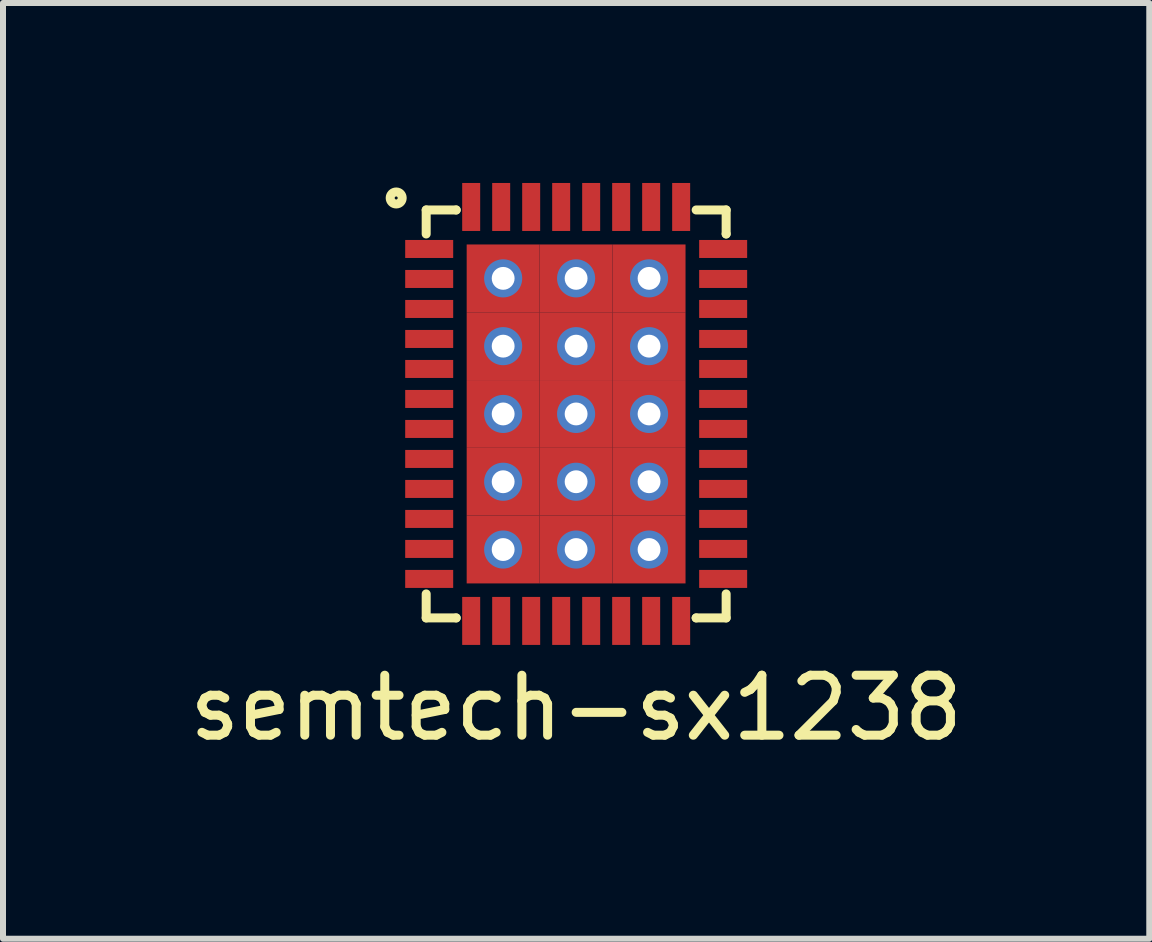
<source format=kicad_pcb>
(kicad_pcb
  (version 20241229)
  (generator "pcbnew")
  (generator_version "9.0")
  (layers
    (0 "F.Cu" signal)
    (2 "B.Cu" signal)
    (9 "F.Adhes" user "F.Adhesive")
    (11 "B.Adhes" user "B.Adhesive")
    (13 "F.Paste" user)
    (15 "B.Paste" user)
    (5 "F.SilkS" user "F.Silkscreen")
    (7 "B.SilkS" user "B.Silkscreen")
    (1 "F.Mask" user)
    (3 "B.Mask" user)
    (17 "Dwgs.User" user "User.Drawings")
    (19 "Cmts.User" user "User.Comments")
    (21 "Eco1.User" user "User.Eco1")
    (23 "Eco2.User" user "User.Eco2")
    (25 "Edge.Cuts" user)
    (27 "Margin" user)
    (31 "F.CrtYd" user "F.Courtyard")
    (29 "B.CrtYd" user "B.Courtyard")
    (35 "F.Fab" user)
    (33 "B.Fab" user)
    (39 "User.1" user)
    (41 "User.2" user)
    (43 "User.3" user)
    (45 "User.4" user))
  (footprint "semtech-sx1238"
    (layer "F.Cu")
    (at 6.554 3.85)
    (property "Reference" "semtech-sx1238" (at 0 4.9 0) (layer "F.SilkS") (effects (font (size 1 1) (thickness 0.15))))
    (attr through_hole)
    (fp_line (start -2.5 -3.4) (end -2 -3.4) (stroke (width 0.15) (type solid)) (layer "F.SilkS"))
    (fp_line (start -2.5 -3) (end -2.5 -3.4) (stroke (width 0.15) (type solid)) (layer "F.SilkS"))
    (fp_line (start -2.5 3) (end -2.5 3.4) (stroke (width 0.15) (type solid)) (layer "F.SilkS"))
    (fp_line (start -2.5 3.4) (end -2 3.4) (stroke (width 0.15) (type solid)) (layer "F.SilkS"))
    (fp_line (start -2 -3.4) (end -2 -3.4) (stroke (width 0.15) (type solid)) (layer "F.SilkS"))
    (fp_line (start -2 3.4) (end -2 3.4) (stroke (width 0.15) (type solid)) (layer "F.SilkS"))
    (fp_line (start 2 -3.4) (end 2.5 -3.4) (stroke (width 0.15) (type solid)) (layer "F.SilkS"))
    (fp_line (start 2 3.4) (end 2 3.4) (stroke (width 0.15) (type solid)) (layer "F.SilkS"))
    (fp_line (start 2.5 -3.4) (end 2.5 -3) (stroke (width 0.15) (type solid)) (layer "F.SilkS"))
    (fp_line (start 2.5 -3) (end 2.5 -3) (stroke (width 0.15) (type solid)) (layer "F.SilkS"))
    (fp_line (start 2.5 3) (end 2.5 3.4) (stroke (width 0.15) (type solid)) (layer "F.SilkS"))
    (fp_line (start 2.5 3.4) (end 2 3.4) (stroke (width 0.15) (type solid)) (layer "F.SilkS"))
    (fp_circle (center -3 -3.6) (end -3 -3.5) (stroke (width 0.15) (type solid)) (fill no) (layer "F.SilkS"))
    (pad "1" smd rect (at -2.45 -2.75 90) (size 0.3 0.8) (layers "F.Cu" "F.Mask" "F.Paste"))
    (pad "2" smd rect (at -2.45 -2.25 90) (size 0.3 0.8) (layers "F.Cu" "F.Mask" "F.Paste"))
    (pad "3" smd rect (at -2.45 -1.75 90) (size 0.3 0.8) (layers "F.Cu" "F.Mask" "F.Paste"))
    (pad "4" smd rect (at -2.45 -1.25 90) (size 0.3 0.8) (layers "F.Cu" "F.Mask" "F.Paste"))
    (pad "5" smd rect (at -2.45 -0.75 90) (size 0.3 0.8) (layers "F.Cu" "F.Mask" "F.Paste"))
    (pad "6" smd rect (at -2.45 -0.25 90) (size 0.3 0.8) (layers "F.Cu" "F.Mask" "F.Paste"))
    (pad "7" smd rect (at -2.45 0.25 90) (size 0.3 0.8) (layers "F.Cu" "F.Mask" "F.Paste"))
    (pad "8" smd rect (at -2.45 0.75 90) (size 0.3 0.8) (layers "F.Cu" "F.Mask" "F.Paste"))
    (pad "9" smd rect (at -2.45 1.25 90) (size 0.3 0.8) (layers "F.Cu" "F.Mask" "F.Paste"))
    (pad "10" smd rect (at -2.45 1.75 90) (size 0.3 0.8) (layers "F.Cu" "F.Mask" "F.Paste"))
    (pad "11" smd rect (at -2.45 2.25 90) (size 0.3 0.8) (layers "F.Cu" "F.Mask" "F.Paste"))
    (pad "12" smd rect (at -2.45 2.75 90) (size 0.3 0.8) (layers "F.Cu" "F.Mask" "F.Paste"))
    (pad "13" smd rect (at -1.75 3.45) (size 0.3 0.8) (layers "F.Cu" "F.Mask" "F.Paste"))
    (pad "14" smd rect (at -1.25 3.45) (size 0.3 0.8) (layers "F.Cu" "F.Mask" "F.Paste"))
    (pad "15" smd rect (at -0.75 3.45) (size 0.3 0.8) (layers "F.Cu" "F.Mask" "F.Paste"))
    (pad "16" smd rect (at -0.25 3.45) (size 0.3 0.8) (layers "F.Cu" "F.Mask" "F.Paste"))
    (pad "17" smd rect (at 0.25 3.45) (size 0.3 0.8) (layers "F.Cu" "F.Mask" "F.Paste"))
    (pad "18" smd rect (at 0.75 3.45) (size 0.3 0.8) (layers "F.Cu" "F.Mask" "F.Paste"))
    (pad "19" smd rect (at 1.25 3.45) (size 0.3 0.8) (layers "F.Cu" "F.Mask" "F.Paste"))
    (pad "20" smd rect (at 1.75 3.45) (size 0.3 0.8) (layers "F.Cu" "F.Mask" "F.Paste"))
    (pad "21" smd rect (at 2.45 2.75 90) (size 0.3 0.8) (layers "F.Cu" "F.Mask" "F.Paste"))
    (pad "22" smd rect (at 2.45 2.25 90) (size 0.3 0.8) (layers "F.Cu" "F.Mask" "F.Paste"))
    (pad "23" smd rect (at 2.45 1.75 90) (size 0.3 0.8) (layers "F.Cu" "F.Mask" "F.Paste"))
    (pad "24" smd rect (at 2.45 1.25 90) (size 0.3 0.8) (layers "F.Cu" "F.Mask" "F.Paste"))
    (pad "25" smd rect (at 2.45 0.75 90) (size 0.3 0.8) (layers "F.Cu" "F.Mask" "F.Paste"))
    (pad "26" smd rect (at 2.45 0.25 90) (size 0.3 0.8) (layers "F.Cu" "F.Mask" "F.Paste"))
    (pad "27" smd rect (at 2.45 -0.25 90) (size 0.3 0.8) (layers "F.Cu" "F.Mask" "F.Paste"))
    (pad "28" smd rect (at 2.45 -0.75 90) (size 0.3 0.8) (layers "F.Cu" "F.Mask" "F.Paste"))
    (pad "29" smd rect (at 2.45 -1.25 90) (size 0.3 0.8) (layers "F.Cu" "F.Mask" "F.Paste"))
    (pad "30" smd rect (at 2.45 -1.75 90) (size 0.3 0.8) (layers "F.Cu" "F.Mask" "F.Paste"))
    (pad "31" smd rect (at 2.45 -2.25 90) (size 0.3 0.8) (layers "F.Cu" "F.Mask" "F.Paste"))
    (pad "32" smd rect (at 2.45 -2.75 90) (size 0.3 0.8) (layers "F.Cu" "F.Mask" "F.Paste"))
    (pad "33" smd rect (at 1.75 -3.45) (size 0.3 0.8) (layers "F.Cu" "F.Mask" "F.Paste"))
    (pad "34" smd rect (at 1.25 -3.45) (size 0.3 0.8) (layers "F.Cu" "F.Mask" "F.Paste"))
    (pad "35" smd rect (at 0.75 -3.45) (size 0.3 0.8) (layers "F.Cu" "F.Mask" "F.Paste"))
    (pad "36" smd rect (at 0.25 -3.45) (size 0.3 0.8) (layers "F.Cu" "F.Mask" "F.Paste"))
    (pad "37" smd rect (at -0.25 -3.45) (size 0.3 0.8) (layers "F.Cu" "F.Mask" "F.Paste"))
    (pad "38" smd rect (at -0.75 -3.45) (size 0.3 0.8) (layers "F.Cu" "F.Mask" "F.Paste"))
    (pad "39" smd rect (at -1.25 -3.45) (size 0.3 0.8) (layers "F.Cu" "F.Mask" "F.Paste"))
    (pad "40" smd rect (at -1.75 -3.45) (size 0.3 0.8) (layers "F.Cu" "F.Mask" "F.Paste"))
    (pad "41" thru_hole circle (at -1.217 -2.26) (size 0.635 0.635) (drill 0.381) (layers "*.Cu" "*.Mask"))
    (pad "41" smd rect (at -1.217 -2.26) (size 1.216 1.13) (layers "F.Cu" "F.Mask" "F.Paste"))
    (pad "41" thru_hole circle (at -1.217 -1.13) (size 0.635 0.635) (drill 0.381) (layers "*.Cu" "*.Mask"))
    (pad "41" smd rect (at -1.217 -1.13) (size 1.216 1.13) (layers "F.Cu" "F.Mask" "F.Paste"))
    (pad "41" thru_hole circle (at -1.217 0) (size 0.635 0.635) (drill 0.381) (layers "*.Cu" "*.Mask"))
    (pad "41" smd rect (at -1.217 0) (size 1.216 1.13) (layers "F.Cu" "F.Mask" "F.Paste"))
    (pad "41" thru_hole circle (at -1.217 1.13) (size 0.635 0.635) (drill 0.381) (layers "*.Cu" "*.Mask"))
    (pad "41" smd rect (at -1.217 1.13) (size 1.216 1.13) (layers "F.Cu" "F.Mask" "F.Paste"))
    (pad "41" thru_hole circle (at -1.217 2.26) (size 0.635 0.635) (drill 0.381) (layers "*.Cu" "*.Mask"))
    (pad "41" smd rect (at -1.217 2.26) (size 1.216 1.13) (layers "F.Cu" "F.Mask" "F.Paste"))
    (pad "41" thru_hole circle (at -0.001 -2.26) (size 0.635 0.635) (drill 0.381) (layers "*.Cu" "*.Mask"))
    (pad "41" smd rect (at -0.001 -2.26) (size 1.216 1.13) (layers "F.Cu" "F.Mask" "F.Paste"))
    (pad "41" thru_hole circle (at -0.001 -1.13) (size 0.635 0.635) (drill 0.381) (layers "*.Cu" "*.Mask"))
    (pad "41" smd rect (at -0.001 -1.13) (size 1.216 1.13) (layers "F.Cu" "F.Mask" "F.Paste"))
    (pad "41" thru_hole circle (at -0.001 0) (size 0.635 0.635) (drill 0.381) (layers "*.Cu" "*.Mask"))
    (pad "41" smd rect (at -0.001 0) (size 1.216 1.13) (layers "F.Cu" "F.Mask" "F.Paste"))
    (pad "41" thru_hole circle (at -0.001 1.13) (size 0.635 0.635) (drill 0.381) (layers "*.Cu" "*.Mask"))
    (pad "41" smd rect (at -0.001 1.13) (size 1.216 1.13) (layers "F.Cu" "F.Mask" "F.Paste"))
    (pad "41" thru_hole circle (at -0.001 2.26) (size 0.635 0.635) (drill 0.381) (layers "*.Cu" "*.Mask"))
    (pad "41" smd rect (at -0.001 2.26) (size 1.216 1.13) (layers "F.Cu" "F.Mask" "F.Paste"))
    (pad "41" thru_hole circle (at 1.215 -2.26) (size 0.635 0.635) (drill 0.381) (layers "*.Cu" "*.Mask"))
    (pad "41" smd rect (at 1.215 -2.26) (size 1.216 1.13) (layers "F.Cu" "F.Mask" "F.Paste"))
    (pad "41" thru_hole circle (at 1.215 -1.13) (size 0.635 0.635) (drill 0.381) (layers "*.Cu" "*.Mask"))
    (pad "41" smd rect (at 1.215 -1.13) (size 1.216 1.13) (layers "F.Cu" "F.Mask" "F.Paste"))
    (pad "41" thru_hole circle (at 1.215 0) (size 0.635 0.635) (drill 0.381) (layers "*.Cu" "*.Mask"))
    (pad "41" smd rect (at 1.215 0) (size 1.216 1.13) (layers "F.Cu" "F.Mask" "F.Paste"))
    (pad "41" thru_hole circle (at 1.215 1.13) (size 0.635 0.635) (drill 0.381) (layers "*.Cu" "*.Mask"))
    (pad "41" smd rect (at 1.215 1.13) (size 1.216 1.13) (layers "F.Cu" "F.Mask" "F.Paste"))
    (pad "41" thru_hole circle (at 1.215 2.26) (size 0.635 0.635) (drill 0.381) (layers "*.Cu" "*.Mask"))
    (pad "41" smd rect (at 1.215 2.26) (size 1.216 1.13) (layers "F.Cu" "F.Mask" "F.Paste")))
  (gr_rect
    (start -3 -3)
    (end 16.107 12.598)
    (stroke (width 0.1) (type default))
    (fill no)
    (layer "Edge.Cuts")))
</source>
